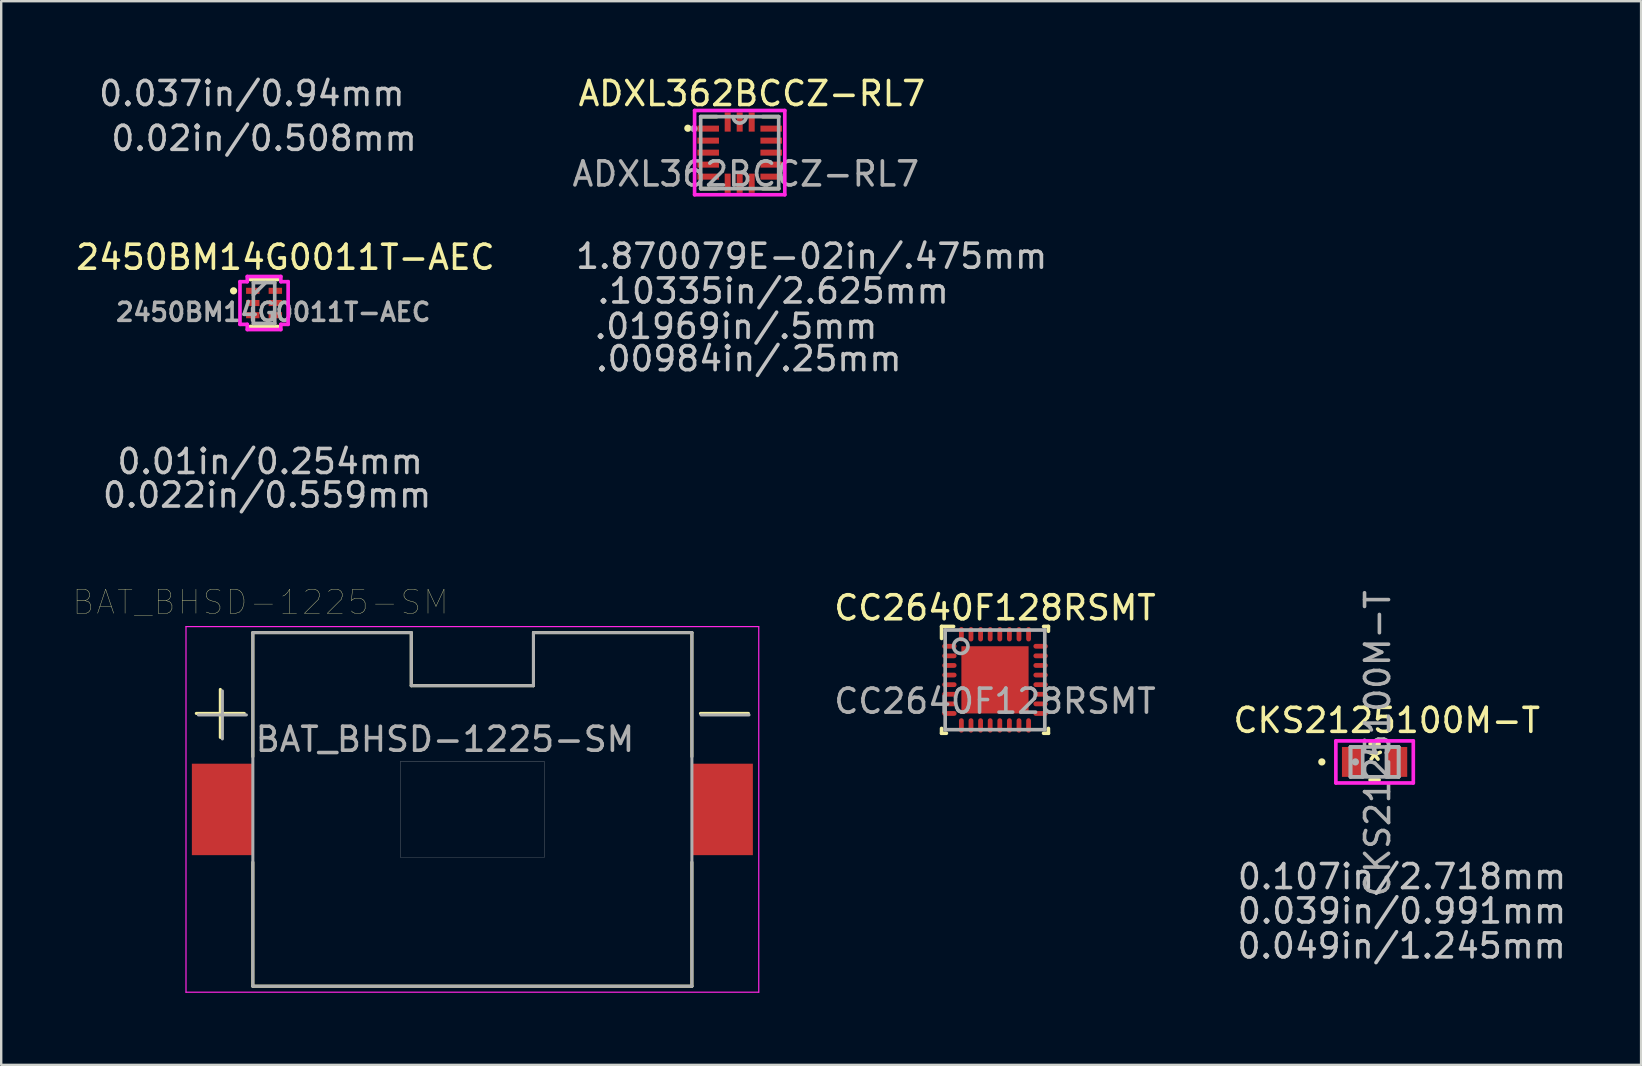
<source format=kicad_pcb>
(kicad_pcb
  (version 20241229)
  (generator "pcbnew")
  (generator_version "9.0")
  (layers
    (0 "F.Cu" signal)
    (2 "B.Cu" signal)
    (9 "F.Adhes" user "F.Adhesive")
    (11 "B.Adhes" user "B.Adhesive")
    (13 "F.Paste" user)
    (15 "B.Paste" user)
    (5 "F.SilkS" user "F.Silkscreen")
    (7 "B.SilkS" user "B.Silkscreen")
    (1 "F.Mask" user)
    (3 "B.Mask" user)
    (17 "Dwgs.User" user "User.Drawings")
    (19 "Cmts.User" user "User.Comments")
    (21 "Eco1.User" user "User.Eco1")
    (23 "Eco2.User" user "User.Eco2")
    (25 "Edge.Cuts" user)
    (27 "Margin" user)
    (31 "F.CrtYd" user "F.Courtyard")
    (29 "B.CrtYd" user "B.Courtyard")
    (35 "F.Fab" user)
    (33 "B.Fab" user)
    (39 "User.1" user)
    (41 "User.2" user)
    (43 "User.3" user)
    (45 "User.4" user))
  (footprint "BAT_BHSD-1225-SM"
    (layer "F.Cu")
    (at 16.628 30.669)
    (property "Reference" "BAT_BHSD-1225-SM" (at -8.825 -8.635 0) (layer "F.SilkS") (effects (font (size 1 1) (thickness 0.015))))
    (attr through_hole)
    (fp_line (start -10.5 -4) (end -11.5 -4) (stroke (width 0.127) (type solid)) (layer "F.SilkS"))
    (fp_line (start -10.5 -4) (end -10.5 -5) (stroke (width 0.127) (type solid)) (layer "F.SilkS"))
    (fp_line (start -10.5 -4) (end -10.5 -3) (stroke (width 0.127) (type solid)) (layer "F.SilkS"))
    (fp_line (start -9.5 -4) (end -10.5 -4) (stroke (width 0.127) (type solid)) (layer "F.SilkS"))
    (fp_line (start -9.145 -7.365) (end -9.145 -2.2) (stroke (width 0.127) (type solid)) (layer "F.SilkS"))
    (fp_line (start -9.145 -7.365) (end -2.545 -7.365) (stroke (width 0.127) (type solid)) (layer "F.SilkS"))
    (fp_line (start -9.145 7.365) (end -9.145 2.2) (stroke (width 0.127) (type solid)) (layer "F.SilkS"))
    (fp_line (start -2.545 -7.365) (end -2.545 -5.155) (stroke (width 0.127) (type solid)) (layer "F.SilkS"))
    (fp_line (start -2.545 -5.155) (end 2.545 -5.155) (stroke (width 0.127) (type solid)) (layer "F.SilkS"))
    (fp_line (start 2.545 -7.365) (end 9.145 -7.365) (stroke (width 0.127) (type solid)) (layer "F.SilkS"))
    (fp_line (start 2.545 -5.155) (end 2.545 -7.365) (stroke (width 0.127) (type solid)) (layer "F.SilkS"))
    (fp_line (start 9.145 -7.365) (end 9.145 -2.2) (stroke (width 0.127) (type solid)) (layer "F.SilkS"))
    (fp_line (start 9.145 7.365) (end -9.145 7.365) (stroke (width 0.127) (type solid)) (layer "F.SilkS"))
    (fp_line (start 9.145 7.365) (end 9.145 2.2) (stroke (width 0.127) (type solid)) (layer "F.SilkS"))
    (fp_line (start 11.5 -4) (end 9.5 -4) (stroke (width 0.127) (type solid)) (layer "F.SilkS"))
    (fp_line (start -11.93 -7.615) (end 11.93 -7.615) (stroke (width 0.05) (type solid)) (layer "F.CrtYd"))
    (fp_line (start -11.93 7.615) (end -11.93 -7.615) (stroke (width 0.05) (type solid)) (layer "F.CrtYd"))
    (fp_line (start 11.93 -7.615) (end 11.93 7.615) (stroke (width 0.05) (type solid)) (layer "F.CrtYd"))
    (fp_line (start 11.93 7.615) (end -11.93 7.615) (stroke (width 0.05) (type solid)) (layer "F.CrtYd"))
    (fp_line (start -10.414 -3.937) (end -11.414 -3.937) (stroke (width 0.127) (type solid)) (layer "F.Fab"))
    (fp_line (start -10.414 -3.937) (end -10.414 -4.937) (stroke (width 0.127) (type solid)) (layer "F.Fab"))
    (fp_line (start -10.414 -3.937) (end -10.414 -2.937) (stroke (width 0.127) (type solid)) (layer "F.Fab"))
    (fp_line (start -9.414 -3.937) (end -10.414 -3.937) (stroke (width 0.127) (type solid)) (layer "F.Fab"))
    (fp_line (start -9.145 -7.365) (end -2.545 -7.365) (stroke (width 0.127) (type solid)) (layer "F.Fab"))
    (fp_line (start -9.145 7.365) (end -9.145 -7.365) (stroke (width 0.127) (type solid)) (layer "F.Fab"))
    (fp_line (start -2.545 -7.365) (end -2.545 -5.155) (stroke (width 0.127) (type solid)) (layer "F.Fab"))
    (fp_line (start -2.545 -5.155) (end 2.545 -5.155) (stroke (width 0.127) (type solid)) (layer "F.Fab"))
    (fp_line (start 2.545 -7.365) (end 9.145 -7.365) (stroke (width 0.127) (type solid)) (layer "F.Fab"))
    (fp_line (start 2.545 -5.155) (end 2.545 -7.365) (stroke (width 0.127) (type solid)) (layer "F.Fab"))
    (fp_line (start 9.145 -7.365) (end 9.145 7.365) (stroke (width 0.127) (type solid)) (layer "F.Fab"))
    (fp_line (start 9.145 7.365) (end -9.145 7.365) (stroke (width 0.127) (type solid)) (layer "F.Fab"))
    (fp_line (start 11.525 -3.937) (end 9.525 -3.937) (stroke (width 0.127) (type solid)) (layer "F.Fab"))
    (fp_poly (pts (xy -3 -2) (xy 3 -2) (xy 3 2) (xy -3 2)) (stroke (width 0.01) (type solid)) (fill no) (layer "F.Fab"))
    (fp_text user "${REFERENCE}" (at -1.143 -2.921 0) (layer "F.Fab") (effects (font (size 1 1) (thickness 0.15))))
    (pad "+" smd rect (at -10.415 0) (size 2.54 3.81) (layers "F.Cu" "F.Mask" "F.Paste"))
    (pad "-" smd rect (at 10.415 0) (size 2.54 3.81) (layers "F.Cu" "F.Mask" "F.Paste")))
  (footprint "2450BM14G0011T-AEC"
    (layer "F.Cu")
    (at 7.95 9.573)
    (property "Reference" "2450BM14G0011T-AEC" (at 0.889 -1.905 0) (layer "F.SilkS") (effects (font (size 1 1) (thickness 0.15))))
    (attr through_hole)
    (fp_line (start -0.572 0.978) (end 0.572 0.978) (stroke (width 0.152) (type solid)) (layer "F.SilkS"))
    (fp_line (start 0.572 -0.978) (end -0.572 -0.978) (stroke (width 0.152) (type solid)) (layer "F.SilkS"))
    (fp_circle (center -1.27 -0.508) (end -1.194 -0.508) (stroke (width 0.152) (type solid)) (fill no) (layer "F.SilkS"))
    (fp_line (start -1.003 -0.889) (end -0.699 -0.889) (stroke (width 0.152) (type solid)) (layer "F.CrtYd"))
    (fp_line (start -1.003 0.889) (end -1.003 -0.889) (stroke (width 0.152) (type solid)) (layer "F.CrtYd"))
    (fp_line (start -0.699 -1.105) (end 0.699 -1.105) (stroke (width 0.152) (type solid)) (layer "F.CrtYd"))
    (fp_line (start -0.699 -0.889) (end -0.699 -1.105) (stroke (width 0.152) (type solid)) (layer "F.CrtYd"))
    (fp_line (start -0.699 0.889) (end -1.003 0.889) (stroke (width 0.152) (type solid)) (layer "F.CrtYd"))
    (fp_line (start -0.699 1.105) (end -0.699 0.889) (stroke (width 0.152) (type solid)) (layer "F.CrtYd"))
    (fp_line (start 0.699 -1.105) (end 0.699 -0.889) (stroke (width 0.152) (type solid)) (layer "F.CrtYd"))
    (fp_line (start 0.699 -0.889) (end 1.003 -0.889) (stroke (width 0.152) (type solid)) (layer "F.CrtYd"))
    (fp_line (start 0.699 0.889) (end 0.699 1.105) (stroke (width 0.152) (type solid)) (layer "F.CrtYd"))
    (fp_line (start 0.699 1.105) (end -0.699 1.105) (stroke (width 0.152) (type solid)) (layer "F.CrtYd"))
    (fp_line (start 1.003 -0.889) (end 1.003 0.889) (stroke (width 0.152) (type solid)) (layer "F.CrtYd"))
    (fp_line (start 1.003 0.889) (end 0.699 0.889) (stroke (width 0.152) (type solid)) (layer "F.CrtYd"))
    (fp_line (start -0.445 -0.851) (end -0.445 0.851) (stroke (width 0.152) (type solid)) (layer "F.Fab"))
    (fp_line (start -0.445 0.851) (end 0.445 0.851) (stroke (width 0.152) (type solid)) (layer "F.Fab"))
    (fp_line (start 0.064 -0.851) (end -0.445 -0.343) (stroke (width 0.152) (type solid)) (layer "F.Fab"))
    (fp_line (start 0.445 -0.851) (end -0.445 -0.851) (stroke (width 0.152) (type solid)) (layer "F.Fab"))
    (fp_line (start 0.445 0.851) (end 0.445 -0.851) (stroke (width 0.152) (type solid)) (layer "F.Fab"))
    (fp_text user "0.01in/0.254mm" (at 0.254 6.604 0) (layer "Dwgs.User") (effects (font (size 1 1) (thickness 0.15))))
    (fp_text user "0.02in/0.508mm" (at 0 -6.858 0) (layer "Dwgs.User") (effects (font (size 1 1) (thickness 0.15))))
    (fp_text user "0.022in/0.559mm" (at 0.127 8.001 0) (layer "Dwgs.User") (effects (font (size 1 1) (thickness 0.15))))
    (fp_text user "0.037in/0.94mm" (at -0.508 -8.725 0) (layer "Dwgs.User") (effects (font (size 1 1) (thickness 0.15))))
    (fp_text user "Copyright 2016 Accelerated Designs. All rights reserved." (at 0 0 0) (layer "Cmts.User") (effects (font (size 0.127 0.127) (thickness 0.002))))
    (fp_text user "${REFERENCE}" (at 0.381 0.381 0) (layer "F.Fab") (effects (font (size 0.75 0.75) (thickness 0.15))))
    (pad "1" smd rect (at -0.47 -0.508) (size 0.559 0.254) (layers "F.Cu" "F.Mask" "F.Paste"))
    (pad "2" smd rect (at -0.47 0) (size 0.559 0.254) (layers "F.Cu" "F.Mask" "F.Paste"))
    (pad "3" smd rect (at -0.47 0.508) (size 0.559 0.254) (layers "F.Cu" "F.Mask" "F.Paste"))
    (pad "4" smd rect (at 0.47 0.508) (size 0.559 0.254) (layers "F.Cu" "F.Mask" "F.Paste"))
    (pad "5" smd rect (at 0.47 0) (size 0.559 0.254) (layers "F.Cu" "F.Mask" "F.Paste"))
    (pad "6" smd rect (at 0.47 -0.508) (size 0.559 0.254) (layers "F.Cu" "F.Mask" "F.Paste")))
  (footprint "CC2640F128RSMT"
    (layer "F.Cu")
    (at 38.399 25.271)
    (property "Reference" "CC2640F128RSMT" (at 0 -3 0) (layer "F.SilkS") (effects (font (size 1 1) (thickness 0.15))))
    (attr through_hole)
    (fp_line (start -2.225 2.225) (end -2.225 2.025) (stroke (width 0.152) (type solid)) (layer "F.SilkS"))
    (fp_line (start -2.225 2.225) (end -2.025 2.225) (stroke (width 0.152) (type solid)) (layer "F.SilkS"))
    (fp_line (start -2.225 -2.225) (end -1.725 -2.225) (stroke (width 0.152) (type solid)) (layer "F.SilkS"))
    (fp_line (start -2.225 -1.725) (end -2.225 -2.225) (stroke (width 0.152) (type solid)) (layer "F.SilkS"))
    (fp_line (start 2.025 -2.225) (end 2.225 -2.225) (stroke (width 0.152) (type solid)) (layer "F.SilkS"))
    (fp_line (start 2.025 2.225) (end 2.225 2.225) (stroke (width 0.152) (type solid)) (layer "F.SilkS"))
    (fp_line (start 2.225 -2.025) (end 2.225 -2.225) (stroke (width 0.152) (type solid)) (layer "F.SilkS"))
    (fp_line (start 2.225 2.225) (end 2.225 2.025) (stroke (width 0.152) (type solid)) (layer "F.SilkS"))
    (fp_line (start -1.329 -1.329) (end -1.329 -0.1) (stroke (width 0.152) (type solid)) (layer "F.Paste"))
    (fp_line (start -1.329 -0.1) (end -0.1 -0.1) (stroke (width 0.152) (type solid)) (layer "F.Paste"))
    (fp_line (start -1.329 0.1) (end -1.329 1.329) (stroke (width 0.152) (type solid)) (layer "F.Paste"))
    (fp_line (start -1.329 1.329) (end -0.1 1.329) (stroke (width 0.152) (type solid)) (layer "F.Paste"))
    (fp_line (start -0.1 -1.329) (end -1.329 -1.329) (stroke (width 0.152) (type solid)) (layer "F.Paste"))
    (fp_line (start -0.1 -0.1) (end -0.1 -1.329) (stroke (width 0.152) (type solid)) (layer "F.Paste"))
    (fp_line (start -0.1 0.1) (end -1.329 0.1) (stroke (width 0.152) (type solid)) (layer "F.Paste"))
    (fp_line (start -0.1 1.329) (end -0.1 0.1) (stroke (width 0.152) (type solid)) (layer "F.Paste"))
    (fp_line (start 0.1 -1.329) (end 0.1 -0.1) (stroke (width 0.152) (type solid)) (layer "F.Paste"))
    (fp_line (start 0.1 -0.1) (end 1.329 -0.1) (stroke (width 0.152) (type solid)) (layer "F.Paste"))
    (fp_line (start 0.1 0.1) (end 0.1 1.329) (stroke (width 0.152) (type solid)) (layer "F.Paste"))
    (fp_line (start 0.1 1.329) (end 1.329 1.329) (stroke (width 0.152) (type solid)) (layer "F.Paste"))
    (fp_line (start 1.329 -1.329) (end 0.1 -1.329) (stroke (width 0.152) (type solid)) (layer "F.Paste"))
    (fp_line (start 1.329 -0.1) (end 1.329 -1.329) (stroke (width 0.152) (type solid)) (layer "F.Paste"))
    (fp_line (start 1.329 0.1) (end 0.1 0.1) (stroke (width 0.152) (type solid)) (layer "F.Paste"))
    (fp_line (start 1.329 1.329) (end 1.329 0.1) (stroke (width 0.152) (type solid)) (layer "F.Paste"))
    (fp_line (start -2.075 -2.075) (end 2.075 -2.075) (stroke (width 0.152) (type solid)) (layer "F.Fab"))
    (fp_line (start -2.075 2.075) (end -2.075 -2.075) (stroke (width 0.152) (type solid)) (layer "F.Fab"))
    (fp_line (start -2.075 2.075) (end 2.075 2.075) (stroke (width 0.152) (type solid)) (layer "F.Fab"))
    (fp_line (start 2.075 2.075) (end 2.075 -2.075) (stroke (width 0.152) (type solid)) (layer "F.Fab"))
    (fp_circle (center -1.425 -1.4) (end -1.125 -1.4) (stroke (width 0.152) (type solid)) (fill no) (layer "F.Fab"))
    (fp_text user "Copyright 2016 Accelerated Designs. All rights reserved." (at 0 0 0) (layer "Cmts.User") (effects (font (size 0.127 0.127) (thickness 0.002))))
    (fp_text user "${REFERENCE}" (at 0 0.889 180) (layer "F.Fab") (effects (font (size 1 1) (thickness 0.15))))
    (pad "1" smd oval (at -1.9 -1.4 90) (size 0.2 0.6) (layers "F.Cu" "F.Mask" "F.Paste"))
    (pad "2" smd oval (at -1.9 -1 90) (size 0.2 0.6) (layers "F.Cu" "F.Mask" "F.Paste"))
    (pad "3" smd oval (at -1.9 -0.6 90) (size 0.2 0.6) (layers "F.Cu" "F.Mask" "F.Paste"))
    (pad "4" smd oval (at -1.9 -0.2 90) (size 0.2 0.6) (layers "F.Cu" "F.Mask" "F.Paste"))
    (pad "5" smd oval (at -1.9 0.2 90) (size 0.2 0.6) (layers "F.Cu" "F.Mask" "F.Paste"))
    (pad "6" smd oval (at -1.9 0.6 90) (size 0.2 0.6) (layers "F.Cu" "F.Mask" "F.Paste"))
    (pad "7" smd oval (at -1.9 1 90) (size 0.2 0.6) (layers "F.Cu" "F.Mask" "F.Paste"))
    (pad "8" smd oval (at -1.9 1.4 90) (size 0.2 0.6) (layers "F.Cu" "F.Mask" "F.Paste"))
    (pad "9" smd oval (at -1.4 1.9) (size 0.2 0.6) (layers "F.Cu" "F.Mask" "F.Paste"))
    (pad "10" smd oval (at -1 1.9) (size 0.2 0.6) (layers "F.Cu" "F.Mask" "F.Paste"))
    (pad "11" smd oval (at -0.6 1.9) (size 0.2 0.6) (layers "F.Cu" "F.Mask" "F.Paste"))
    (pad "12" smd oval (at -0.2 1.9) (size 0.2 0.6) (layers "F.Cu" "F.Mask" "F.Paste"))
    (pad "13" smd oval (at 0.2 1.9) (size 0.2 0.6) (layers "F.Cu" "F.Mask" "F.Paste"))
    (pad "14" smd oval (at 0.6 1.9) (size 0.2 0.6) (layers "F.Cu" "F.Mask" "F.Paste"))
    (pad "15" smd oval (at 1 1.9) (size 0.2 0.6) (layers "F.Cu" "F.Mask" "F.Paste"))
    (pad "16" smd oval (at 1.4 1.9) (size 0.2 0.6) (layers "F.Cu" "F.Mask" "F.Paste"))
    (pad "17" smd oval (at 1.9 1.4 90) (size 0.2 0.6) (layers "F.Cu" "F.Mask" "F.Paste"))
    (pad "18" smd oval (at 1.9 1 90) (size 0.2 0.6) (layers "F.Cu" "F.Mask" "F.Paste"))
    (pad "19" smd oval (at 1.9 0.6 90) (size 0.2 0.6) (layers "F.Cu" "F.Mask" "F.Paste"))
    (pad "20" smd oval (at 1.9 0.2 90) (size 0.2 0.6) (layers "F.Cu" "F.Mask" "F.Paste"))
    (pad "21" smd oval (at 1.9 -0.2 90) (size 0.2 0.6) (layers "F.Cu" "F.Mask" "F.Paste"))
    (pad "22" smd oval (at 1.9 -0.6 90) (size 0.2 0.6) (layers "F.Cu" "F.Mask" "F.Paste"))
    (pad "23" smd oval (at 1.9 -1 90) (size 0.2 0.6) (layers "F.Cu" "F.Mask" "F.Paste"))
    (pad "24" smd oval (at 1.9 -1.4 90) (size 0.2 0.6) (layers "F.Cu" "F.Mask" "F.Paste"))
    (pad "25" smd oval (at 1.4 -1.9) (size 0.2 0.6) (layers "F.Cu" "F.Mask" "F.Paste"))
    (pad "26" smd oval (at 1 -1.9) (size 0.2 0.6) (layers "F.Cu" "F.Mask" "F.Paste"))
    (pad "27" smd oval (at 0.6 -1.9) (size 0.2 0.6) (layers "F.Cu" "F.Mask" "F.Paste"))
    (pad "28" smd oval (at 0.2 -1.9) (size 0.2 0.6) (layers "F.Cu" "F.Mask" "F.Paste"))
    (pad "29" smd oval (at -0.2 -1.9) (size 0.2 0.6) (layers "F.Cu" "F.Mask" "F.Paste"))
    (pad "30" smd oval (at -0.6 -1.9) (size 0.2 0.6) (layers "F.Cu" "F.Mask" "F.Paste"))
    (pad "31" smd oval (at -1 -1.9) (size 0.2 0.6) (layers "F.Cu" "F.Mask" "F.Paste"))
    (pad "32" smd oval (at -1.4 -1.9) (size 0.2 0.6) (layers "F.Cu" "F.Mask" "F.Paste"))
    (pad "33" smd rect (at 0.000003 0) (size 2.8 2.8) (layers "F.Cu" "F.Mask" "F.Paste")))
  (footprint "ADXL362BCCZ-RL7"
    (layer "F.Cu")
    (at 27.764 3.308)
    (property "Reference" "ADXL362BCCZ-RL7" (at 0.508 -2.46 0) (layer "F.SilkS") (effects (font (size 1 1) (thickness 0.15))))
    (attr through_hole)
    (fp_line (start -1.625 1.5) (end -0.954 1.5) (stroke (width 0.152) (type solid)) (layer "F.SilkS"))
    (fp_line (start -0.954 -1.5) (end -1.625 -1.5) (stroke (width 0.152) (type solid)) (layer "F.SilkS"))
    (fp_line (start 0.954 1.5) (end 1.625 1.5) (stroke (width 0.152) (type solid)) (layer "F.SilkS"))
    (fp_line (start 1.625 -1.5) (end 0.954 -1.5) (stroke (width 0.152) (type solid)) (layer "F.SilkS"))
    (fp_circle (center -2.159 -1.016) (end -2.083 -1.016) (stroke (width 0.152) (type solid)) (fill no) (layer "F.SilkS"))
    (fp_line (start -1.879 -1.754) (end 1.879 -1.754) (stroke (width 0.152) (type solid)) (layer "F.CrtYd"))
    (fp_line (start -1.879 1.754) (end -1.879 -1.754) (stroke (width 0.152) (type solid)) (layer "F.CrtYd"))
    (fp_line (start 1.879 -1.754) (end 1.879 1.754) (stroke (width 0.152) (type solid)) (layer "F.CrtYd"))
    (fp_line (start 1.879 1.754) (end -1.879 1.754) (stroke (width 0.152) (type solid)) (layer "F.CrtYd"))
    (fp_line (start -1.625 -1.5) (end -1.625 1.5) (stroke (width 0.152) (type solid)) (layer "F.Fab"))
    (fp_line (start -1.625 1.5) (end 1.625 1.5) (stroke (width 0.152) (type solid)) (layer "F.Fab"))
    (fp_line (start 1.625 -1.5) (end -1.625 -1.5) (stroke (width 0.152) (type solid)) (layer "F.Fab"))
    (fp_line (start 1.625 1.5) (end 1.625 -1.5) (stroke (width 0.152) (type solid)) (layer "F.Fab"))
    (fp_arc (start 0.270833 -1.5) (mid 0 -1.229167) (end -0.270833 -1.5) (stroke (width 0.1524) (type solid)) (layer "F.Fab"))
    (fp_circle (center -1.902 -1) (end -1.826 -1) (stroke (width 0.152) (type solid)) (fill no) (layer "F.Fab"))
    (fp_text user ".00984in/.25mm" (at 0.381 8.585 0) (layer "Dwgs.User") (effects (font (size 1 1) (thickness 0.15))))
    (fp_text user "1.870079E-02in/.475mm" (at 2.997 4.318 0) (layer "Dwgs.User") (effects (font (size 1 1) (thickness 0.15))))
    (fp_text user ".10335in/2.625mm" (at 1.397 5.766 0) (layer "Dwgs.User") (effects (font (size 1 1) (thickness 0.15))))
    (fp_text user ".01969in/.5mm" (at -0.152 7.239 0) (layer "Dwgs.User") (effects (font (size 1 1) (thickness 0.15))))
    (fp_text user "Copyright 2016 Accelerated Designs. All rights reserved." (at 0 0 0) (layer "Cmts.User") (effects (font (size 0.127 0.127) (thickness 0.002))))
    (fp_text user "${REFERENCE}" (at 0.254 0.889 0) (layer "F.Fab") (effects (font (size 1 1) (thickness 0.15))))
    (pad "1" smd rect (at -1.313 -1) (size 0.9 0.25) (layers "F.Cu" "F.Mask" "F.Paste"))
    (pad "2" smd rect (at -1.313 -0.5) (size 0.9 0.25) (layers "F.Cu" "F.Mask" "F.Paste"))
    (pad "3" smd rect (at -1.313 0) (size 0.9 0.25) (layers "F.Cu" "F.Mask" "F.Paste"))
    (pad "4" smd rect (at -1.313 0.5) (size 0.9 0.25) (layers "F.Cu" "F.Mask" "F.Paste"))
    (pad "5" smd rect (at -1.313 1) (size 0.9 0.25) (layers "F.Cu" "F.Mask" "F.Paste"))
    (pad "6" smd rect (at -0.5 1.275) (size 0.25 0.8) (layers "F.Cu" "F.Mask" "F.Paste"))
    (pad "7" smd rect (at 0 1.275) (size 0.25 0.8) (layers "F.Cu" "F.Mask" "F.Paste"))
    (pad "8" smd rect (at 0.5 1.275) (size 0.25 0.8) (layers "F.Cu" "F.Mask" "F.Paste"))
    (pad "9" smd rect (at 1.313 1) (size 0.9 0.25) (layers "F.Cu" "F.Mask" "F.Paste"))
    (pad "10" smd rect (at 1.313 0.5) (size 0.9 0.25) (layers "F.Cu" "F.Mask" "F.Paste"))
    (pad "11" smd rect (at 1.313 0) (size 0.9 0.25) (layers "F.Cu" "F.Mask" "F.Paste"))
    (pad "12" smd rect (at 1.313 -0.5) (size 0.9 0.25) (layers "F.Cu" "F.Mask" "F.Paste"))
    (pad "13" smd rect (at 1.313 -1) (size 0.9 0.25) (layers "F.Cu" "F.Mask" "F.Paste"))
    (pad "14" smd rect (at 0.5 -1.275) (size 0.25 0.8) (layers "F.Cu" "F.Mask" "F.Paste"))
    (pad "15" smd rect (at 0 -1.275) (size 0.25 0.8) (layers "F.Cu" "F.Mask" "F.Paste"))
    (pad "16" smd rect (at -0.5 -1.275) (size 0.25 0.8) (layers "F.Cu" "F.Mask" "F.Paste")))
  (footprint "CKS2125100M-T"
    (layer "F.Cu")
    (at 54.212 28.69)
    (property "Reference" "CKS2125100M-T" (at 0.508 -1.73 0) (layer "F.SilkS") (effects (font (size 1 1) (thickness 0.15))))
    (attr through_hole)
    (fp_line (start -0.188 0.749) (end 0.188 0.749) (stroke (width 0.152) (type solid)) (layer "F.SilkS"))
    (fp_line (start 0.188 -0.749) (end -0.188 -0.749) (stroke (width 0.152) (type solid)) (layer "F.SilkS"))
    (fp_circle (center -2.197 0) (end -2.121 0) (stroke (width 0.152) (type solid)) (fill no) (layer "F.SilkS"))
    (fp_line (start -1.613 -0.876) (end 1.613 -0.876) (stroke (width 0.152) (type solid)) (layer "F.CrtYd"))
    (fp_line (start -1.613 0.876) (end -1.613 -0.876) (stroke (width 0.152) (type solid)) (layer "F.CrtYd"))
    (fp_line (start 1.613 -0.876) (end 1.613 0.876) (stroke (width 0.152) (type solid)) (layer "F.CrtYd"))
    (fp_line (start 1.613 0.876) (end -1.613 0.876) (stroke (width 0.152) (type solid)) (layer "F.CrtYd"))
    (fp_line (start -1.003 -0.622) (end -1.003 0.622) (stroke (width 0.152) (type solid)) (layer "F.Fab"))
    (fp_line (start -1.003 -0.622) (end -1.003 0.622) (stroke (width 0.152) (type solid)) (layer "F.Fab"))
    (fp_line (start -1.003 0.622) (end -0.495 0.622) (stroke (width 0.152) (type solid)) (layer "F.Fab"))
    (fp_line (start -1.003 0.622) (end 1.003 0.622) (stroke (width 0.152) (type solid)) (layer "F.Fab"))
    (fp_line (start -0.495 -0.622) (end -1.003 -0.622) (stroke (width 0.152) (type solid)) (layer "F.Fab"))
    (fp_line (start -0.495 0.622) (end -0.495 -0.622) (stroke (width 0.152) (type solid)) (layer "F.Fab"))
    (fp_line (start 0.495 -0.622) (end 0.495 0.622) (stroke (width 0.152) (type solid)) (layer "F.Fab"))
    (fp_line (start 0.495 0.622) (end 1.003 0.622) (stroke (width 0.152) (type solid)) (layer "F.Fab"))
    (fp_line (start 1.003 -0.622) (end -1.003 -0.622) (stroke (width 0.152) (type solid)) (layer "F.Fab"))
    (fp_line (start 1.003 -0.622) (end 0.495 -0.622) (stroke (width 0.152) (type solid)) (layer "F.Fab"))
    (fp_line (start 1.003 0.622) (end 1.003 -0.622) (stroke (width 0.152) (type solid)) (layer "F.Fab"))
    (fp_line (start 1.003 0.622) (end 1.003 -0.622) (stroke (width 0.152) (type solid)) (layer "F.Fab"))
    (fp_circle (center -0.8 0) (end -0.724 0) (stroke (width 0.152) (type solid)) (fill no) (layer "F.Fab"))
    (fp_text user "*" (at 0 0 0) (layer "F.SilkS") (effects (font (size 1 1) (thickness 0.15))))
    (fp_text user "0.107in/2.718mm" (at 1.143 4.779 0) (layer "Dwgs.User") (effects (font (size 1 1) (thickness 0.15))))
    (fp_text user "0.039in/0.991mm" (at 1.143 6.21 0) (layer "Dwgs.User") (effects (font (size 1 1) (thickness 0.15))))
    (fp_text user "0.049in/1.245mm" (at 1.13 7.667 0) (layer "Dwgs.User") (effects (font (size 1 1) (thickness 0.15))))
    (fp_text user "Copyright 2016 Accelerated Designs. All rights reserved." (at 0 0 0) (layer "Cmts.User") (effects (font (size 0.127 0.127) (thickness 0.002))))
    (fp_text user "${REFERENCE}" (at 0.127 -0.762 90) (layer "F.Fab") (effects (font (size 1 1) (thickness 0.15))))
    (pad "1" smd rect (at -0.927 0) (size 0.864 1.245) (layers "F.Cu" "F.Mask" "F.Paste"))
    (pad "2" smd rect (at 0.927 0) (size 0.864 1.245) (layers "F.Cu" "F.Mask" "F.Paste")))
  (gr_rect
    (start -3 -3)
    (end 65.314 41.309)
    (stroke (width 0.1) (type default))
    (fill no)
    (layer "Edge.Cuts")))
</source>
